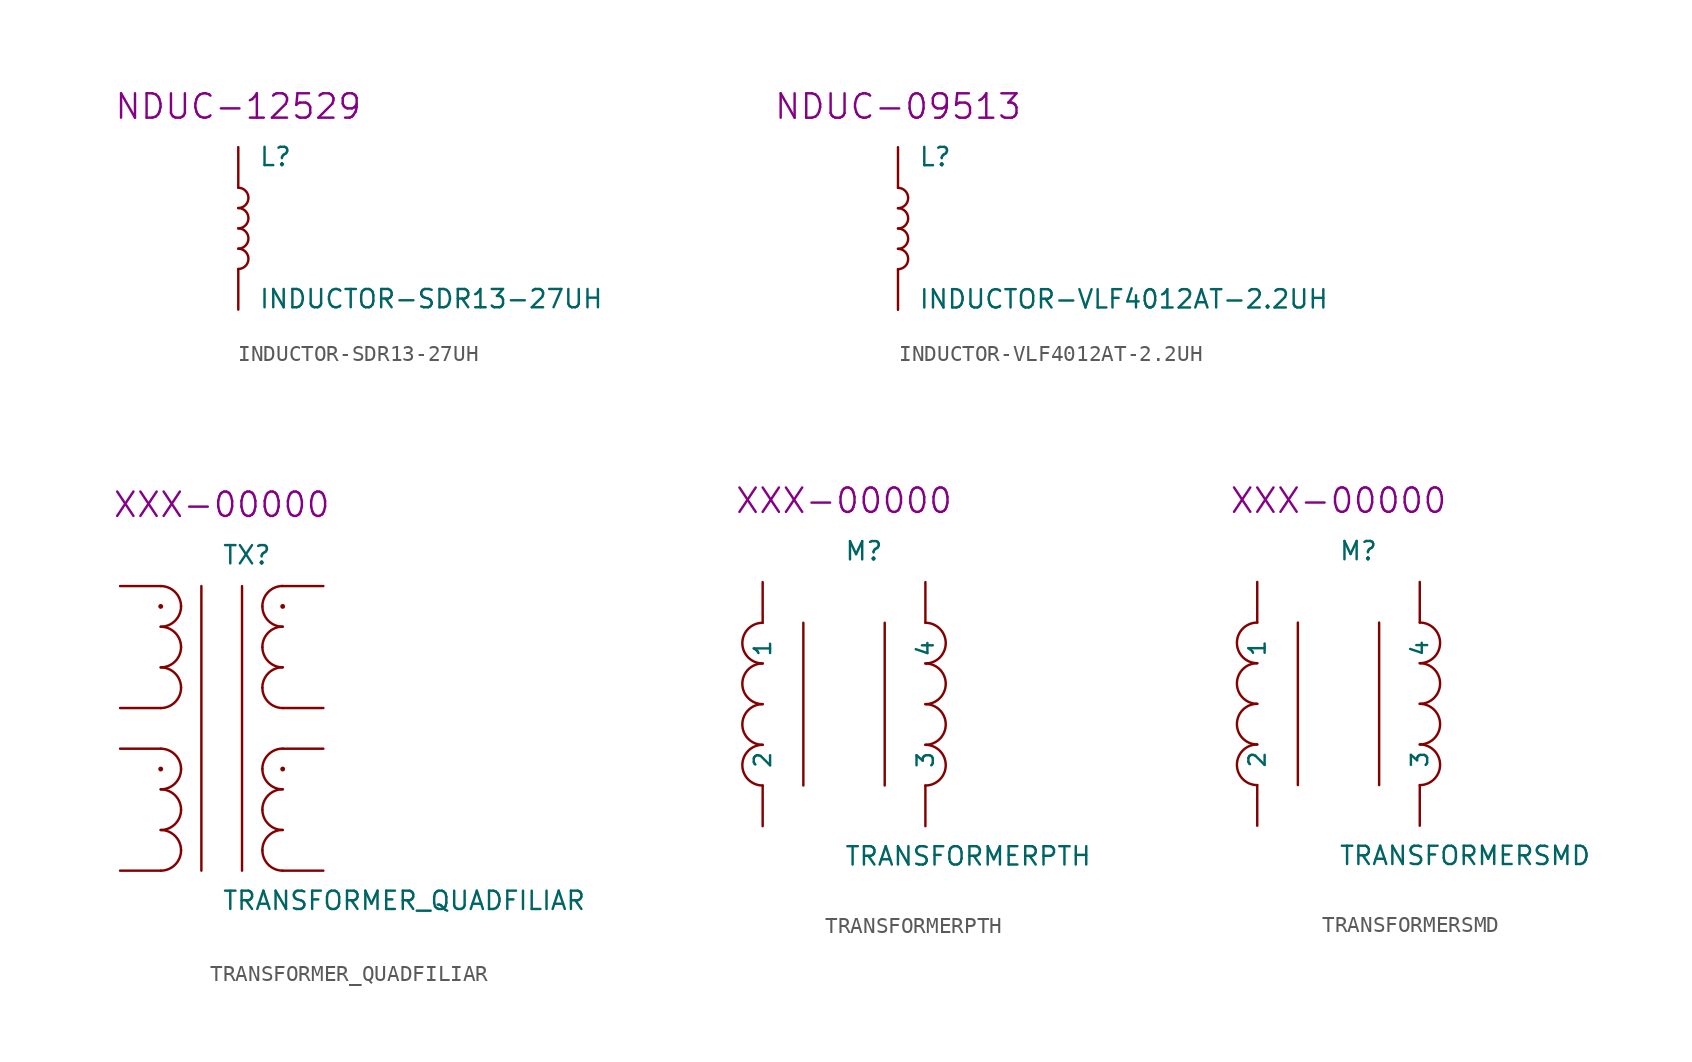
<source format=kicad_sym>
(kicad_symbol_lib
  (version 20220914)
  (generator kicad_symbol_editor)
  (symbol "INDUCTOR-SDR13-27UH"
    (pin_numbers hide)
    (pin_names
      (offset 1.016) hide)
    (property "Reference" "L"
      (at 1.27 3.81 0)
      (effects (font (size 1.143 1.143)) (justify left bottom)))
    (property "Value" "INDUCTOR-SDR13-27UH"
      (at 1.27 -5.08 0)
      (effects (font (size 1.143 1.143)) (justify left bottom)))
    (property "Field4" "NDUC-12529"
      (at 0 7.62 0)
      (effects (font (size 1.524 1.524))))
    (property "ki_locked" ""
      (at 0 0 0)
      (effects (font (size 1.27 1.27))))
    (symbol "INDUCTOR-SDR13-27UH_1_1"
      (arc (start 0 -2.54) (mid 0.6323 -1.905) (end 0 -1.27) (stroke (width 0) (type solid)) (fill (type none)))
      (arc (start 0 -1.27) (mid 0.6323 -0.635) (end 0 0) (stroke (width 0) (type solid)) (fill (type none)))
      (arc (start 0 0) (mid 0.6323 0.635) (end 0 1.27) (stroke (width 0) (type solid)) (fill (type none)))
      (arc (start 0 1.27) (mid 0.6323 1.905) (end 0 2.54) (stroke (width 0) (type solid)) (fill (type none)))
      (pin passive line (at 0 5.08 270) (length 2.54) (name "1" (effects (font (size 1.016 1.016)))) (number "P$1" (effects (font (size 1.016 1.016)))))
      (pin passive line (at 0 -5.08 90) (length 2.54) (name "2" (effects (font (size 1.016 1.016)))) (number "P$2" (effects (font (size 1.016 1.016)))))))
  (symbol "INDUCTOR-VLF4012AT-2.2UH"
    (pin_numbers hide)
    (pin_names
      (offset 1.016) hide)
    (property "Reference" "L"
      (at 1.27 3.81 0)
      (effects (font (size 1.143 1.143)) (justify left bottom)))
    (property "Value" "INDUCTOR-VLF4012AT-2.2UH"
      (at 1.27 -5.08 0)
      (effects (font (size 1.143 1.143)) (justify left bottom)))
    (property "Field4" "NDUC-09513"
      (at 0 7.62 0)
      (effects (font (size 1.524 1.524))))
    (property "ki_locked" ""
      (at 0 0 0)
      (effects (font (size 1.27 1.27))))
    (symbol "INDUCTOR-VLF4012AT-2.2UH_1_1"
      (arc (start 0 -2.54) (mid 0.6323 -1.905) (end 0 -1.27) (stroke (width 0) (type solid)) (fill (type none)))
      (arc (start 0 -1.27) (mid 0.6323 -0.635) (end 0 0) (stroke (width 0) (type solid)) (fill (type none)))
      (arc (start 0 0) (mid 0.6323 0.635) (end 0 1.27) (stroke (width 0) (type solid)) (fill (type none)))
      (arc (start 0 1.27) (mid 0.6323 1.905) (end 0 2.54) (stroke (width 0) (type solid)) (fill (type none)))
      (pin passive line (at 0 5.08 270) (length 2.54) (name "1" (effects (font (size 1.016 1.016)))) (number "P$1" (effects (font (size 1.016 1.016)))))
      (pin passive line (at 0 -5.08 90) (length 2.54) (name "2" (effects (font (size 1.016 1.016)))) (number "P$2" (effects (font (size 1.016 1.016)))))))
  (symbol "TRANSFORMER_QUADFILIAR"
    (pin_numbers hide)
    (pin_names
      (offset 1.016) hide)
    (property "Reference" "TX"
      (at 0 19.05 0)
      (effects (font (size 1.143 1.143)) (justify left bottom)))
    (property "Value" "TRANSFORMER_QUADFILIAR"
      (at 0 -2.54 0)
      (effects (font (size 1.143 1.143)) (justify left bottom)))
    (property "Field4" "XXX-00000"
      (at 0 22.86 0)
      (effects (font (size 1.524 1.524))))
    (property "ki_locked" ""
      (at 0 0 0)
      (effects (font (size 1.27 1.27))))
    (symbol "TRANSFORMER_QUADFILIAR_1_0"
      (polyline (pts (xy -1.27 17.78) (xy -1.27 0)) (stroke (width 0) (type solid)) (fill (type none)))
      (polyline (pts (xy 1.27 0) (xy 1.27 17.78)) (stroke (width 0) (type solid)) (fill (type none))))
    (symbol "TRANSFORMER_QUADFILIAR_1_1"
      (arc (start -3.81 0) (mid -2.912 0.372) (end -2.54 1.27) (stroke (width 0) (type solid)) (fill (type none)))
      (arc (start -3.81 2.54) (mid -2.912 2.912) (end -2.54 3.81) (stroke (width 0) (type solid)) (fill (type none)))
      (arc (start -3.81 5.08) (mid -2.912 5.452) (end -2.54 6.35) (stroke (width 0) (type solid)) (fill (type none)))
      (circle (center -3.81 6.35) (radius 0.0001) (stroke (width 0) (type solid)) (fill (type none)))
      (arc (start -3.81 10.16) (mid -2.912 10.532) (end -2.54 11.43) (stroke (width 0) (type solid)) (fill (type none)))
      (arc (start -3.81 12.7) (mid -2.912 13.072) (end -2.54 13.97) (stroke (width 0) (type solid)) (fill (type none)))
      (arc (start -3.81 15.24) (mid -2.912 15.612) (end -2.54 16.51) (stroke (width 0) (type solid)) (fill (type none)))
      (circle (center -3.81 16.51) (radius 0.0001) (stroke (width 0) (type solid)) (fill (type none)))
      (arc (start -2.54 1.27) (mid -2.912 2.168) (end -3.81 2.54) (stroke (width 0) (type solid)) (fill (type none)))
      (arc (start -2.54 3.81) (mid -2.912 4.708) (end -3.81 5.08) (stroke (width 0) (type solid)) (fill (type none)))
      (arc (start -2.54 6.35) (mid -2.912 7.248) (end -3.81 7.62) (stroke (width 0) (type solid)) (fill (type none)))
      (arc (start -2.54 11.43) (mid -2.912 12.328) (end -3.81 12.7) (stroke (width 0) (type solid)) (fill (type none)))
      (arc (start -2.54 13.97) (mid -2.912 14.868) (end -3.81 15.24) (stroke (width 0) (type solid)) (fill (type none)))
      (arc (start -2.54 16.51) (mid -2.912 17.408) (end -3.81 17.78) (stroke (width 0) (type solid)) (fill (type none)))
      (arc (start 2.54 1.27) (mid 2.912 0.372) (end 3.81 0) (stroke (width 0) (type solid)) (fill (type none)))
      (arc (start 2.54 3.81) (mid 2.912 2.912) (end 3.81 2.54) (stroke (width 0) (type solid)) (fill (type none)))
      (arc (start 2.54 6.35) (mid 2.912 5.452) (end 3.81 5.08) (stroke (width 0) (type solid)) (fill (type none)))
      (arc (start 2.54 11.43) (mid 2.912 10.532) (end 3.81 10.16) (stroke (width 0) (type solid)) (fill (type none)))
      (arc (start 2.54 13.97) (mid 2.912 13.072) (end 3.81 12.7) (stroke (width 0) (type solid)) (fill (type none)))
      (arc (start 2.54 16.51) (mid 2.912 15.612) (end 3.81 15.24) (stroke (width 0) (type solid)) (fill (type none)))
      (arc (start 3.81 2.54) (mid 2.912 2.168) (end 2.54 1.27) (stroke (width 0) (type solid)) (fill (type none)))
      (arc (start 3.81 5.08) (mid 2.912 4.708) (end 2.54 3.81) (stroke (width 0) (type solid)) (fill (type none)))
      (circle (center 3.81 6.35) (radius 0.0001) (stroke (width 0) (type solid)) (fill (type none)))
      (arc (start 3.81 7.62) (mid 2.912 7.248) (end 2.54 6.35) (stroke (width 0) (type solid)) (fill (type none)))
      (arc (start 3.81 12.7) (mid 2.912 12.328) (end 2.54 11.43) (stroke (width 0) (type solid)) (fill (type none)))
      (arc (start 3.81 15.24) (mid 2.912 14.868) (end 2.54 13.97) (stroke (width 0) (type solid)) (fill (type none)))
      (circle (center 3.81 16.51) (radius 0.0001) (stroke (width 0) (type solid)) (fill (type none)))
      (arc (start 3.81 17.78) (mid 2.912 17.408) (end 2.54 16.51) (stroke (width 0) (type solid)) (fill (type none)))
      (pin passive line (at -6.35 0 0) (length 2.54) (name "1" (effects (font (size 1.016 1.016)))) (number "P$1" (effects (font (size 1.016 1.016)))))
      (pin passive line (at -6.35 7.62 0) (length 2.54) (name "2" (effects (font (size 1.016 1.016)))) (number "P$2" (effects (font (size 1.016 1.016)))))
      (pin passive line (at -6.35 10.16 0) (length 2.54) (name "3" (effects (font (size 1.016 1.016)))) (number "P$3" (effects (font (size 1.016 1.016)))))
      (pin passive line (at -6.35 17.78 0) (length 2.54) (name "4" (effects (font (size 1.016 1.016)))) (number "P$4" (effects (font (size 1.016 1.016)))))
      (pin passive line (at 6.35 0 180) (length 2.54) (name "5" (effects (font (size 1.016 1.016)))) (number "P$5" (effects (font (size 1.016 1.016)))))
      (pin passive line (at 6.35 7.62 180) (length 2.54) (name "6" (effects (font (size 1.016 1.016)))) (number "P$6" (effects (font (size 1.016 1.016)))))
      (pin passive line (at 6.35 10.16 180) (length 2.54) (name "7" (effects (font (size 1.016 1.016)))) (number "P$7" (effects (font (size 1.016 1.016)))))
      (pin passive line (at 6.35 17.78 180) (length 2.54) (name "8" (effects (font (size 1.016 1.016)))) (number "P$8" (effects (font (size 1.016 1.016)))))))
  (symbol "TRANSFORMERPTH"
    (pin_numbers hide)
    (pin_names
      (offset 1.016))
    (property "Reference" "M"
      (at 0 8.89 0)
      (effects (font (size 1.143 1.143)) (justify left bottom)))
    (property "Value" "TRANSFORMERPTH"
      (at 0 -10.16 0)
      (effects (font (size 1.143 1.143)) (justify left bottom)))
    (property "Field4" "XXX-00000"
      (at 0 12.7 0)
      (effects (font (size 1.524 1.524))))
    (property "ki_locked" ""
      (at 0 0 0)
      (effects (font (size 1.27 1.27))))
    (symbol "TRANSFORMERPTH_1_0"
      (polyline (pts (xy -2.54 5.08) (xy -2.54 -5.08)) (stroke (width 0) (type solid)) (fill (type none)))
      (polyline (pts (xy 2.54 5.08) (xy 2.54 -5.08)) (stroke (width 0) (type solid)) (fill (type none))))
    (symbol "TRANSFORMERPTH_1_1"
      (arc (start -5.08 -2.54) (mid -6.3445 -3.81) (end -5.08 -5.08) (stroke (width 0) (type solid)) (fill (type none)))
      (arc (start -5.08 0) (mid -6.3445 -1.27) (end -5.08 -2.54) (stroke (width 0) (type solid)) (fill (type none)))
      (arc (start -5.08 2.54) (mid -6.3445 1.27) (end -5.08 0) (stroke (width 0) (type solid)) (fill (type none)))
      (arc (start -5.08 5.08) (mid -6.3445 3.81) (end -5.08 2.54) (stroke (width 0) (type solid)) (fill (type none)))
      (arc (start 5.08 -5.08) (mid 6.3445 -3.81) (end 5.08 -2.54) (stroke (width 0) (type solid)) (fill (type none)))
      (arc (start 5.08 -2.54) (mid 6.3445 -1.27) (end 5.08 0) (stroke (width 0) (type solid)) (fill (type none)))
      (arc (start 5.08 0) (mid 6.3445 1.27) (end 5.08 2.54) (stroke (width 0) (type solid)) (fill (type none)))
      (arc (start 5.08 2.54) (mid 6.3445 3.81) (end 5.08 5.08) (stroke (width 0) (type solid)) (fill (type none)))
      (pin bidirectional line (at -5.08 7.62 270) (length 2.54) (name "1" (effects (font (size 1.016 1.016)))) (number "1" (effects (font (size 1.016 1.016)))))
      (pin bidirectional line (at -5.08 -7.62 90) (length 2.54) (name "2" (effects (font (size 1.016 1.016)))) (number "2" (effects (font (size 1.016 1.016)))))
      (pin bidirectional line (at 5.08 -7.62 90) (length 2.54) (name "3" (effects (font (size 1.016 1.016)))) (number "3" (effects (font (size 1.016 1.016)))))
      (pin bidirectional line (at 5.08 7.62 270) (length 2.54) (name "4" (effects (font (size 1.016 1.016)))) (number "4" (effects (font (size 1.016 1.016)))))))
  (symbol "TRANSFORMERSMD"
    (pin_numbers hide)
    (pin_names
      (offset 1.016))
    (property "Reference" "M"
      (at 0 8.89 0)
      (effects (font (size 1.143 1.143)) (justify left bottom)))
    (property "Value" "TRANSFORMERSMD"
      (at 0 -10.16 0)
      (effects (font (size 1.143 1.143)) (justify left bottom)))
    (property "Field4" "XXX-00000"
      (at 0 12.7 0)
      (effects (font (size 1.524 1.524))))
    (property "ki_locked" ""
      (at 0 0 0)
      (effects (font (size 1.27 1.27))))
    (symbol "TRANSFORMERSMD_1_0"
      (polyline (pts (xy -2.54 5.08) (xy -2.54 -5.08)) (stroke (width 0) (type solid)) (fill (type none)))
      (polyline (pts (xy 2.54 5.08) (xy 2.54 -5.08)) (stroke (width 0) (type solid)) (fill (type none))))
    (symbol "TRANSFORMERSMD_1_1"
      (arc (start -5.08 -2.54) (mid -6.3445 -3.81) (end -5.08 -5.08) (stroke (width 0) (type solid)) (fill (type none)))
      (arc (start -5.08 0) (mid -6.3445 -1.27) (end -5.08 -2.54) (stroke (width 0) (type solid)) (fill (type none)))
      (arc (start -5.08 2.54) (mid -6.3445 1.27) (end -5.08 0) (stroke (width 0) (type solid)) (fill (type none)))
      (arc (start -5.08 5.08) (mid -6.3445 3.81) (end -5.08 2.54) (stroke (width 0) (type solid)) (fill (type none)))
      (arc (start 5.08 -5.08) (mid 6.3445 -3.81) (end 5.08 -2.54) (stroke (width 0) (type solid)) (fill (type none)))
      (arc (start 5.08 -2.54) (mid 6.3445 -1.27) (end 5.08 0) (stroke (width 0) (type solid)) (fill (type none)))
      (arc (start 5.08 0) (mid 6.3445 1.27) (end 5.08 2.54) (stroke (width 0) (type solid)) (fill (type none)))
      (arc (start 5.08 2.54) (mid 6.3445 3.81) (end 5.08 5.08) (stroke (width 0) (type solid)) (fill (type none)))
      (pin bidirectional line (at -5.08 7.62 270) (length 2.54) (name "1" (effects (font (size 1.016 1.016)))) (number "1" (effects (font (size 1.016 1.016)))))
      (pin bidirectional line (at -5.08 -7.62 90) (length 2.54) (name "2" (effects (font (size 1.016 1.016)))) (number "3" (effects (font (size 1.016 1.016)))))
      (pin bidirectional line (at 5.08 -7.62 90) (length 2.54) (name "3" (effects (font (size 1.016 1.016)))) (number "4" (effects (font (size 1.016 1.016)))))
      (pin bidirectional line (at 5.08 7.62 270) (length 2.54) (name "4" (effects (font (size 1.016 1.016)))) (number "6" (effects (font (size 1.016 1.016))))))))
</source>
